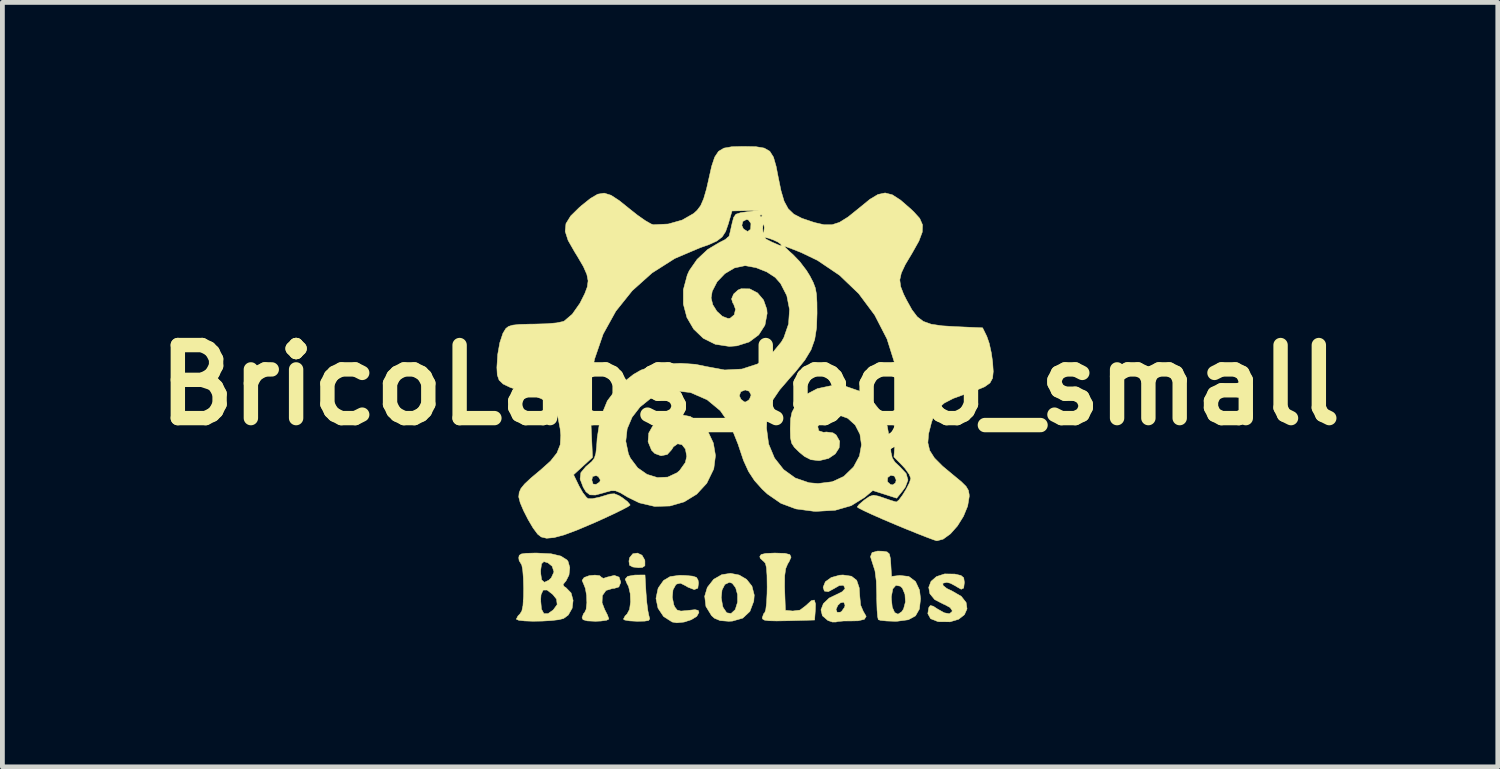
<source format=kicad_pcb>
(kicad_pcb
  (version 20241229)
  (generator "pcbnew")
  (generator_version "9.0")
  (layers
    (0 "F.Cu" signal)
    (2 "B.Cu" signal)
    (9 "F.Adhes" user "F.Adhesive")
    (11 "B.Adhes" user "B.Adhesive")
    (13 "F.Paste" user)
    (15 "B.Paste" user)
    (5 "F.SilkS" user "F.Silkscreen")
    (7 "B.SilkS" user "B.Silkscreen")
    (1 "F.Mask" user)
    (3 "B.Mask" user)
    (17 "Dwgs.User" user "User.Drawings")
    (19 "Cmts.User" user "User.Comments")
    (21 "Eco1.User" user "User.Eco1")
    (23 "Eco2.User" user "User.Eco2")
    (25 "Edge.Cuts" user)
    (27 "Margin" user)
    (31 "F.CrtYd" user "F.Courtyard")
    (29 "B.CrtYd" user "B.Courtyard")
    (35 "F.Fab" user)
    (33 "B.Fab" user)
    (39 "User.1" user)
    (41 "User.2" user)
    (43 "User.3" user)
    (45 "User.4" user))
  (footprint "BricoLabs_logo_small"
    (layer "F.Cu")
    (at 12.598 4.983)
    (property "Reference" "BricoLabs_logo_small" (at 0 0 0) (layer "F.SilkS") (effects (font (size 1.524 1.524) (thickness 0.3))))
    (attr through_hole)
    (fp_poly (pts (xy -2.254 3.551) (xy -2.197 3.651) (xy -2.194 3.67) (xy -2.194 3.769) (xy -2.247 3.805) (xy -2.33 3.81) (xy -2.449 3.795) (xy -2.515 3.759) (xy -2.527 3.673) (xy -2.514 3.603) (xy -2.447 3.52) (xy -2.349 3.505) (xy -2.254 3.551)) (stroke (width 0.01) (type solid)) (fill yes) (layer "F.SilkS"))
    (fp_poly (pts (xy -2.171 4.331) (xy -2.155 4.531) (xy -2.133 4.703) (xy -2.111 4.812) (xy -2.11 4.813) (xy -2.094 4.878) (xy -2.118 4.912) (xy -2.202 4.925) (xy -2.356 4.928) (xy -2.511 4.92) (xy -2.615 4.902) (xy -2.642 4.883) (xy -2.607 4.817) (xy -2.565 4.775) (xy -2.514 4.679) (xy -2.493 4.525) (xy -2.5 4.353) (xy -2.535 4.202) (xy -2.567 4.143) (xy -2.606 4.049) (xy -2.553 3.99) (xy -2.405 3.964) (xy -2.354 3.963) (xy -2.192 3.962) (xy -2.171 4.331)) (stroke (width 0.01) (type solid)) (fill yes) (layer "F.SilkS"))
    (fp_poly (pts (xy -0.228 3.963) (xy -0.073 4.054) (xy 0.039 4.195) (xy 0.087 4.381) (xy 0.077 4.508) (xy -0.004 4.723) (xy -0.153 4.862) (xy -0.368 4.924) (xy -0.446 4.928) (xy -0.624 4.914) (xy -0.742 4.865) (xy -0.803 4.811) (xy -0.921 4.619) (xy -0.943 4.434) (xy -0.602 4.434) (xy -0.572 4.612) (xy -0.56 4.645) (xy -0.487 4.751) (xy -0.397 4.766) (xy -0.312 4.687) (xy -0.307 4.677) (xy -0.261 4.529) (xy -0.262 4.369) (xy -0.301 4.228) (xy -0.372 4.135) (xy -0.432 4.115) (xy -0.526 4.159) (xy -0.585 4.274) (xy -0.602 4.434) (xy -0.943 4.434) (xy -0.947 4.406) (xy -0.892 4.222) (xy -0.759 4.052) (xy -0.591 3.956) (xy -0.408 3.928) (xy -0.228 3.963)) (stroke (width 0.01) (type solid)) (fill yes) (layer "F.SilkS"))
    (fp_poly (pts (xy -3.137 3.977) (xy -3.099 4.012) (xy -3.06 4.033) (xy -2.975 4.005) (xy -2.832 3.971) (xy -2.733 4.007) (xy -2.7 4.106) (xy -2.702 4.127) (xy -2.738 4.212) (xy -2.835 4.242) (xy -2.87 4.244) (xy -3.006 4.285) (xy -3.082 4.392) (xy -3.088 4.541) (xy -3.034 4.682) (xy -2.975 4.798) (xy -2.947 4.877) (xy -2.946 4.881) (xy -2.992 4.906) (xy -3.111 4.923) (xy -3.226 4.928) (xy -3.396 4.92) (xy -3.484 4.895) (xy -3.505 4.854) (xy -3.474 4.768) (xy -3.454 4.75) (xy -3.42 4.678) (xy -3.405 4.545) (xy -3.411 4.387) (xy -3.436 4.242) (xy -3.467 4.163) (xy -3.504 4.076) (xy -3.468 4.022) (xy -3.454 4.012) (xy -3.355 3.976) (xy -3.236 3.965) (xy -3.137 3.977)) (stroke (width 0.01) (type solid)) (fill yes) (layer "F.SilkS"))
    (fp_poly (pts (xy -1.357 3.972) (xy -1.202 3.986) (xy -1.12 4.012) (xy -1.086 4.067) (xy -1.076 4.128) (xy -1.09 4.237) (xy -1.165 4.267) (xy -1.297 4.216) (xy -1.348 4.185) (xy -1.453 4.133) (xy -1.528 4.15) (xy -1.55 4.166) (xy -1.608 4.271) (xy -1.623 4.426) (xy -1.591 4.585) (xy -1.57 4.631) (xy -1.521 4.694) (xy -1.443 4.715) (xy -1.302 4.703) (xy -1.291 4.701) (xy -1.149 4.686) (xy -1.082 4.701) (xy -1.067 4.745) (xy -1.112 4.825) (xy -1.226 4.895) (xy -1.376 4.944) (xy -1.528 4.96) (xy -1.626 4.943) (xy -1.805 4.828) (xy -1.921 4.654) (xy -1.963 4.451) (xy -1.92 4.246) (xy -1.909 4.224) (xy -1.805 4.077) (xy -1.668 3.996) (xy -1.473 3.969) (xy -1.357 3.972)) (stroke (width 0.01) (type solid)) (fill yes) (layer "F.SilkS"))
    (fp_poly (pts (xy 0.726 3.511) (xy 0.829 3.536) (xy 0.855 3.591) (xy 0.813 3.685) (xy 0.785 3.73) (xy 0.743 3.829) (xy 0.722 3.979) (xy 0.72 4.2) (xy 0.722 4.274) (xy 0.737 4.699) (xy 0.891 4.714) (xy 1.041 4.695) (xy 1.166 4.6) (xy 1.277 4.498) (xy 1.34 4.485) (xy 1.365 4.565) (xy 1.362 4.686) (xy 1.346 4.902) (xy 0.8 4.917) (xy 0.554 4.921) (xy 0.392 4.917) (xy 0.3 4.904) (xy 0.26 4.879) (xy 0.254 4.856) (xy 0.284 4.769) (xy 0.305 4.75) (xy 0.327 4.688) (xy 0.344 4.547) (xy 0.354 4.35) (xy 0.356 4.212) (xy 0.353 3.97) (xy 0.342 3.812) (xy 0.321 3.721) (xy 0.287 3.679) (xy 0.279 3.676) (xy 0.212 3.612) (xy 0.203 3.576) (xy 0.231 3.535) (xy 0.324 3.513) (xy 0.5 3.505) (xy 0.533 3.505) (xy 0.726 3.511)) (stroke (width 0.01) (type solid)) (fill yes) (layer "F.SilkS"))
    (fp_poly (pts (xy 4.271 3.943) (xy 4.4 3.973) (xy 4.457 4.021) (xy 4.47 4.114) (xy 4.47 4.121) (xy 4.456 4.235) (xy 4.404 4.26) (xy 4.302 4.202) (xy 4.29 4.193) (xy 4.176 4.133) (xy 4.102 4.116) (xy 4.022 4.134) (xy 4.025 4.18) (xy 4.104 4.244) (xy 4.218 4.299) (xy 4.406 4.408) (xy 4.507 4.536) (xy 4.526 4.669) (xy 4.472 4.79) (xy 4.352 4.885) (xy 4.173 4.939) (xy 3.942 4.937) (xy 3.912 4.932) (xy 3.766 4.874) (xy 3.708 4.768) (xy 3.729 4.642) (xy 3.761 4.599) (xy 3.822 4.614) (xy 3.907 4.67) (xy 4.051 4.751) (xy 4.159 4.771) (xy 4.213 4.727) (xy 4.216 4.703) (xy 4.173 4.641) (xy 4.065 4.582) (xy 4.037 4.571) (xy 3.852 4.476) (xy 3.751 4.353) (xy 3.727 4.22) (xy 3.775 4.095) (xy 3.888 3.996) (xy 4.058 3.94) (xy 4.271 3.943)) (stroke (width 0.01) (type solid)) (fill yes) (layer "F.SilkS"))
    (fp_poly (pts (xy 2.115 3.988) (xy 2.224 4.073) (xy 2.277 4.231) (xy 2.286 4.381) (xy 2.306 4.591) (xy 2.363 4.725) (xy 2.367 4.73) (xy 2.422 4.825) (xy 2.384 4.887) (xy 2.252 4.918) (xy 2.111 4.921) (xy 1.95 4.922) (xy 1.831 4.933) (xy 1.794 4.943) (xy 1.718 4.944) (xy 1.623 4.911) (xy 1.509 4.813) (xy 1.479 4.69) (xy 1.482 4.682) (xy 1.793 4.682) (xy 1.816 4.74) (xy 1.882 4.739) (xy 1.91 4.721) (xy 1.972 4.634) (xy 1.981 4.591) (xy 1.954 4.528) (xy 1.886 4.543) (xy 1.831 4.595) (xy 1.793 4.682) (xy 1.482 4.682) (xy 1.529 4.56) (xy 1.65 4.444) (xy 1.81 4.367) (xy 1.923 4.311) (xy 1.98 4.247) (xy 1.981 4.238) (xy 1.948 4.176) (xy 1.859 4.183) (xy 1.756 4.243) (xy 1.632 4.31) (xy 1.55 4.298) (xy 1.524 4.219) (xy 1.57 4.104) (xy 1.693 4.015) (xy 1.866 3.967) (xy 1.938 3.962) (xy 2.115 3.988)) (stroke (width 0.01) (type solid)) (fill yes) (layer "F.SilkS"))
    (fp_poly (pts (xy 2.769 3.467) (xy 2.859 3.481) (xy 2.906 3.524) (xy 2.928 3.621) (xy 2.936 3.736) (xy 2.951 3.992) (xy 3.124 3.972) (xy 3.311 3.993) (xy 3.451 4.098) (xy 3.535 4.277) (xy 3.556 4.459) (xy 3.532 4.673) (xy 3.451 4.815) (xy 3.302 4.896) (xy 3.073 4.927) (xy 3.015 4.928) (xy 2.847 4.922) (xy 2.723 4.909) (xy 2.675 4.894) (xy 2.661 4.831) (xy 2.649 4.691) (xy 2.643 4.498) (xy 2.642 4.454) (xy 2.947 4.454) (xy 2.966 4.634) (xy 3.016 4.746) (xy 3.086 4.78) (xy 3.165 4.728) (xy 3.202 4.671) (xy 3.241 4.525) (xy 3.231 4.366) (xy 3.178 4.237) (xy 3.135 4.196) (xy 3.042 4.178) (xy 2.978 4.251) (xy 2.948 4.409) (xy 2.947 4.454) (xy 2.642 4.454) (xy 2.642 4.381) (xy 2.633 4.088) (xy 2.606 3.876) (xy 2.558 3.726) (xy 2.557 3.724) (xy 2.512 3.58) (xy 2.545 3.495) (xy 2.662 3.463) (xy 2.769 3.467)) (stroke (width 0.01) (type solid)) (fill yes) (layer "F.SilkS"))
    (fp_poly (pts (xy -4.151 3.52) (xy -3.947 3.568) (xy -3.82 3.649) (xy -3.798 3.678) (xy -3.761 3.808) (xy -3.778 3.963) (xy -3.841 4.088) (xy -3.845 4.091) (xy -3.902 4.16) (xy -3.882 4.201) (xy -3.842 4.226) (xy -3.734 4.337) (xy -3.692 4.492) (xy -3.712 4.656) (xy -3.793 4.798) (xy -3.891 4.87) (xy -3.992 4.895) (xy -4.149 4.913) (xy -4.337 4.924) (xy -4.531 4.927) (xy -4.702 4.921) (xy -4.826 4.907) (xy -4.877 4.884) (xy -4.877 4.883) (xy -4.842 4.817) (xy -4.801 4.775) (xy -4.762 4.715) (xy -4.738 4.601) (xy -4.731 4.487) (xy -4.369 4.487) (xy -4.352 4.675) (xy -4.301 4.768) (xy -4.214 4.768) (xy -4.106 4.691) (xy -4.024 4.579) (xy -4.038 4.466) (xy -4.115 4.369) (xy -4.235 4.276) (xy -4.317 4.277) (xy -4.361 4.373) (xy -4.369 4.487) (xy -4.731 4.487) (xy -4.726 4.415) (xy -4.724 4.239) (xy -4.73 4.028) (xy -4.738 3.92) (xy -4.369 3.92) (xy -4.349 4.064) (xy -4.29 4.115) (xy -4.197 4.07) (xy -4.147 4.021) (xy -4.091 3.898) (xy -4.129 3.78) (xy -4.216 3.709) (xy -4.302 3.683) (xy -4.35 3.728) (xy -4.368 3.857) (xy -4.369 3.92) (xy -4.738 3.92) (xy -4.743 3.859) (xy -4.763 3.754) (xy -4.775 3.734) (xy -4.818 3.662) (xy -4.826 3.604) (xy -4.816 3.553) (xy -4.773 3.524) (xy -4.676 3.51) (xy -4.504 3.505) (xy -4.442 3.505) (xy -4.151 3.52)) (stroke (width 0.01) (type solid)) (fill yes) (layer "F.SilkS"))
    (fp_poly (pts (xy 0.12 -4.973) (xy 0.295 -4.944) (xy 0.411 -4.877) (xy 0.488 -4.755) (xy 0.544 -4.56) (xy 0.583 -4.358) (xy 0.645 -4.055) (xy 0.71 -3.835) (xy 0.795 -3.678) (xy 0.913 -3.565) (xy 1.08 -3.479) (xy 1.311 -3.401) (xy 1.358 -3.387) (xy 1.546 -3.344) (xy 1.708 -3.344) (xy 1.866 -3.395) (xy 2.044 -3.506) (xy 2.264 -3.683) (xy 2.291 -3.705) (xy 2.499 -3.875) (xy 2.668 -3.976) (xy 2.817 -4.008) (xy 2.968 -3.969) (xy 3.14 -3.858) (xy 3.354 -3.672) (xy 3.416 -3.613) (xy 3.539 -3.477) (xy 3.598 -3.342) (xy 3.592 -3.191) (xy 3.522 -3.004) (xy 3.386 -2.762) (xy 3.375 -2.743) (xy 3.237 -2.512) (xy 3.155 -2.337) (xy 3.123 -2.194) (xy 3.141 -2.056) (xy 3.203 -1.896) (xy 3.261 -1.78) (xy 3.376 -1.572) (xy 3.487 -1.425) (xy 3.614 -1.328) (xy 3.78 -1.269) (xy 4.005 -1.236) (xy 4.283 -1.219) (xy 4.851 -1.194) (xy 4.939 -1.015) (xy 4.989 -0.871) (xy 5.033 -0.67) (xy 5.06 -0.479) (xy 5.073 -0.283) (xy 5.059 -0.144) (xy 5.004 -0.043) (xy 4.893 0.036) (xy 4.71 0.112) (xy 4.509 0.18) (xy 4.24 0.278) (xy 4.051 0.376) (xy 3.922 0.49) (xy 3.835 0.636) (xy 3.784 0.781) (xy 3.724 1.016) (xy 3.709 1.203) (xy 3.747 1.365) (xy 3.846 1.521) (xy 4.015 1.691) (xy 4.242 1.88) (xy 4.407 2.016) (xy 4.506 2.114) (xy 4.555 2.197) (xy 4.571 2.286) (xy 4.572 2.324) (xy 4.539 2.525) (xy 4.452 2.737) (xy 4.327 2.938) (xy 4.18 3.104) (xy 4.027 3.215) (xy 3.896 3.249) (xy 3.831 3.229) (xy 3.689 3.176) (xy 3.487 3.097) (xy 3.242 2.998) (xy 3.035 2.912) (xy 2.773 2.801) (xy 2.546 2.701) (xy 2.372 2.62) (xy 2.263 2.564) (xy 2.235 2.543) (xy 2.272 2.494) (xy 2.364 2.414) (xy 2.395 2.39) (xy 2.496 2.321) (xy 2.576 2.298) (xy 2.677 2.317) (xy 2.789 2.355) (xy 2.931 2.404) (xy 3.03 2.434) (xy 3.054 2.439) (xy 3.105 2.398) (xy 3.18 2.297) (xy 3.259 2.168) (xy 3.323 2.042) (xy 3.352 1.953) (xy 3.353 1.946) (xy 3.319 1.86) (xy 3.234 1.741) (xy 3.177 1.679) (xy 3.001 1.499) (xy 3.059 0.737) (xy 3.08 0.426) (xy 3.091 0.193) (xy 3.091 0.01) (xy 3.078 -0.147) (xy 3.053 -0.302) (xy 3.027 -0.421) (xy 2.857 -0.961) (xy 2.6 -1.46) (xy 2.267 -1.907) (xy 1.866 -2.291) (xy 1.407 -2.601) (xy 1.066 -2.765) (xy 0.902 -2.83) (xy 0.777 -2.877) (xy 0.719 -2.896) (xy 0.719 -2.896) (xy 0.739 -2.866) (xy 0.817 -2.791) (xy 0.894 -2.723) (xy 1.035 -2.577) (xy 1.177 -2.39) (xy 1.246 -2.279) (xy 1.316 -2.144) (xy 1.361 -2.026) (xy 1.385 -1.895) (xy 1.395 -1.72) (xy 1.397 -1.499) (xy 1.387 -1.196) (xy 1.348 -0.95) (xy 1.271 -0.734) (xy 1.142 -0.521) (xy 0.952 -0.284) (xy 0.828 -0.145) (xy 0.617 0.1) (xy 0.476 0.308) (xy 0.391 0.505) (xy 0.351 0.717) (xy 0.343 0.899) (xy 0.387 1.23) (xy 0.509 1.522) (xy 0.699 1.763) (xy 0.943 1.939) (xy 1.23 2.038) (xy 1.417 2.054) (xy 1.716 2.017) (xy 1.72 2.016) (xy 2.864 2.016) (xy 2.93 2.075) (xy 2.975 2.083) (xy 3.034 2.041) (xy 3.048 1.981) (xy 3.012 1.899) (xy 2.935 1.882) (xy 2.87 1.93) (xy 2.864 2.016) (xy 1.72 2.016) (xy 1.955 1.906) (xy 2.155 1.712) (xy 2.161 1.704) (xy 2.282 1.479) (xy 2.324 1.247) (xy 2.292 1.026) (xy 2.194 0.835) (xy 2.038 0.693) (xy 1.83 0.617) (xy 1.733 0.61) (xy 1.572 0.655) (xy 1.477 0.744) (xy 1.412 0.869) (xy 1.433 0.954) (xy 1.532 0.986) (xy 1.593 0.979) (xy 1.729 0.997) (xy 1.795 1.041) (xy 1.869 1.171) (xy 1.858 1.309) (xy 1.777 1.436) (xy 1.638 1.53) (xy 1.456 1.574) (xy 1.424 1.575) (xy 1.268 1.557) (xy 1.135 1.489) (xy 1.028 1.401) (xy 0.924 1.299) (xy 0.867 1.212) (xy 0.843 1.101) (xy 0.838 0.93) (xy 0.838 0.902) (xy 0.845 0.705) (xy 0.874 0.569) (xy 0.936 0.451) (xy 0.981 0.39) (xy 1.172 0.196) (xy 1.403 0.075) (xy 1.679 0.016) (xy 1.993 0.026) (xy 2.279 0.125) (xy 2.527 0.303) (xy 2.724 0.549) (xy 2.86 0.851) (xy 2.924 1.2) (xy 2.925 1.215) (xy 2.939 1.401) (xy 2.966 1.52) (xy 3.021 1.608) (xy 3.118 1.698) (xy 3.122 1.702) (xy 3.255 1.845) (xy 3.294 1.98) (xy 3.239 2.127) (xy 3.18 2.209) (xy 3.059 2.36) (xy 2.81 2.28) (xy 2.56 2.2) (xy 2.388 2.344) (xy 2.11 2.516) (xy 1.776 2.612) (xy 1.379 2.635) (xy 1.33 2.633) (xy 0.957 2.584) (xy 0.643 2.467) (xy 0.361 2.272) (xy 0.253 2.171) (xy 0.092 1.992) (xy -0.032 1.803) (xy -0.137 1.573) (xy -0.237 1.275) (xy -0.248 1.24) (xy -0.406 0.845) (xy -0.622 0.534) (xy -0.896 0.307) (xy -1.089 0.223) (xy -0.225 0.223) (xy -0.189 0.299) (xy -0.122 0.349) (xy -0.102 0.356) (xy -0.043 0.324) (xy -0.014 0.299) (xy 0.022 0.208) (xy -0.019 0.129) (xy -0.102 0.102) (xy -0.194 0.139) (xy -0.225 0.223) (xy -1.089 0.223) (xy -1.227 0.162) (xy -1.258 0.154) (xy -1.551 0.121) (xy -1.83 0.169) (xy -2.082 0.285) (xy -2.296 0.457) (xy -2.461 0.67) (xy -2.564 0.913) (xy -2.593 1.172) (xy -2.538 1.435) (xy -2.497 1.525) (xy -2.345 1.727) (xy -2.15 1.863) (xy -1.933 1.93) (xy -1.717 1.92) (xy -1.523 1.829) (xy -1.469 1.782) (xy -1.351 1.617) (xy -1.321 1.487) (xy -1.349 1.335) (xy -1.42 1.244) (xy -1.511 1.225) (xy -1.6 1.288) (xy -1.635 1.346) (xy -1.727 1.448) (xy -1.857 1.475) (xy -1.987 1.428) (xy -2.055 1.36) (xy -2.128 1.181) (xy -2.114 1.002) (xy -2.023 0.84) (xy -1.869 0.71) (xy -1.663 0.629) (xy -1.488 0.61) (xy -1.248 0.656) (xy -1.04 0.784) (xy -0.876 0.975) (xy -0.766 1.21) (xy -0.722 1.47) (xy -0.756 1.738) (xy -0.763 1.76) (xy -0.904 2.05) (xy -1.114 2.277) (xy -1.375 2.437) (xy -1.672 2.523) (xy -1.99 2.532) (xy -2.311 2.457) (xy -2.556 2.337) (xy -2.704 2.248) (xy -2.806 2.206) (xy -2.897 2.204) (xy -3.017 2.236) (xy -3.048 2.246) (xy -3.227 2.294) (xy -3.342 2.29) (xy -3.423 2.227) (xy -3.481 2.132) (xy -3.538 1.981) (xy -3.302 1.981) (xy -3.276 2.065) (xy -3.213 2.073) (xy -3.138 2.023) (xy -3.124 1.981) (xy -3.166 1.909) (xy -3.213 1.889) (xy -3.285 1.907) (xy -3.302 1.981) (xy -3.538 1.981) (xy -3.546 1.96) (xy -3.53 1.827) (xy -3.426 1.702) (xy -3.385 1.667) (xy -3.3 1.594) (xy -3.248 1.524) (xy -3.218 1.428) (xy -3.201 1.279) (xy -3.19 1.108) (xy -3.125 0.689) (xy -2.978 0.33) (xy -2.748 0.027) (xy -2.43 -0.224) (xy -2.276 -0.312) (xy -2.049 -0.391) (xy -1.761 -0.44) (xy -1.447 -0.454) (xy -1.141 -0.433) (xy -0.917 -0.387) (xy -0.53 -0.315) (xy -0.17 -0.334) (xy 0.154 -0.439) (xy 0.431 -0.629) (xy 0.652 -0.898) (xy 0.704 -0.988) (xy 0.803 -1.275) (xy 0.823 -1.576) (xy 0.766 -1.866) (xy 0.636 -2.12) (xy 0.524 -2.246) (xy 0.348 -2.361) (xy 0.125 -2.449) (xy -0.09 -2.489) (xy -0.113 -2.489) (xy -0.325 -2.444) (xy -0.525 -2.325) (xy -0.688 -2.155) (xy -0.79 -1.957) (xy -0.813 -1.817) (xy -0.778 -1.675) (xy -0.692 -1.538) (xy -0.578 -1.434) (xy -0.461 -1.389) (xy -0.416 -1.394) (xy -0.33 -1.466) (xy -0.304 -1.582) (xy -0.346 -1.696) (xy -0.36 -1.712) (xy -0.386 -1.797) (xy -0.343 -1.899) (xy -0.25 -1.983) (xy -0.187 -2.009) (xy -0.007 -2.007) (xy 0.156 -1.922) (xy 0.281 -1.774) (xy 0.349 -1.581) (xy 0.356 -1.496) (xy 0.31 -1.25) (xy 0.18 -1.047) (xy -0.019 -0.899) (xy -0.275 -0.818) (xy -0.432 -0.806) (xy -0.726 -0.851) (xy -0.977 -0.976) (xy -1.177 -1.168) (xy -1.318 -1.41) (xy -1.392 -1.689) (xy -1.392 -1.989) (xy -1.31 -2.296) (xy -1.268 -2.388) (xy -1.105 -2.622) (xy -0.884 -2.829) (xy -0.645 -2.971) (xy -0.52 -3.035) (xy -0.477 -3.071) (xy 0.305 -3.071) (xy 0.346 -3.038) (xy 0.448 -2.986) (xy 0.47 -2.976) (xy 0.595 -2.922) (xy 0.649 -2.904) (xy 0.653 -2.917) (xy 0.638 -2.941) (xy 0.583 -2.982) (xy 0.486 -3.028) (xy 0.383 -3.065) (xy 0.315 -3.078) (xy 0.305 -3.071) (xy -0.477 -3.071) (xy -0.444 -3.098) (xy -0.436 -3.113) (xy -0.414 -3.2) (xy -0.385 -3.33) (xy -0.172 -3.33) (xy -0.138 -3.257) (xy -0.052 -3.203) (xy 0.005 -3.246) (xy 0.012 -3.264) (xy 0.013 -3.277) (xy 0.264 -3.277) (xy 0.269 -3.19) (xy 0.285 -3.182) (xy 0.287 -3.187) (xy 0.297 -3.288) (xy 0.289 -3.339) (xy 0.273 -3.36) (xy 0.264 -3.292) (xy 0.264 -3.277) (xy 0.013 -3.277) (xy 0.018 -3.372) (xy -0.035 -3.445) (xy -0.075 -3.454) (xy -0.15 -3.415) (xy -0.172 -3.33) (xy -0.385 -3.33) (xy -0.383 -3.338) (xy -0.374 -3.378) (xy -0.342 -3.499) (xy -0.319 -3.531) (xy 0.203 -3.531) (xy 0.229 -3.505) (xy 0.254 -3.531) (xy 0.229 -3.556) (xy 0.203 -3.531) (xy -0.319 -3.531) (xy -0.295 -3.564) (xy -0.2 -3.595) (xy -0.076 -3.613) (xy 0.178 -3.645) (xy -0.1 -3.638) (xy -0.377 -3.632) (xy -0.455 -3.361) (xy -0.51 -3.203) (xy -0.583 -3.09) (xy -0.694 -3.005) (xy -0.865 -2.927) (xy -1.041 -2.866) (xy -1.57 -2.641) (xy -2.045 -2.339) (xy -2.458 -1.969) (xy -2.801 -1.541) (xy -3.065 -1.064) (xy -3.243 -0.547) (xy -3.278 -0.385) (xy -3.312 -0.165) (xy -3.33 0.071) (xy -3.333 0.35) (xy -3.323 0.7) (xy -3.321 0.763) (xy -3.287 1.509) (xy -3.682 1.871) (xy -3.568 2.106) (xy -3.489 2.246) (xy -3.412 2.344) (xy -3.379 2.369) (xy -3.289 2.37) (xy -3.146 2.341) (xy -3.071 2.318) (xy -2.925 2.274) (xy -2.83 2.268) (xy -2.738 2.305) (xy -2.664 2.351) (xy -2.559 2.431) (xy -2.505 2.494) (xy -2.504 2.506) (xy -2.553 2.54) (xy -2.679 2.606) (xy -2.866 2.697) (xy -3.098 2.804) (xy -3.253 2.874) (xy -3.605 3.023) (xy -3.88 3.126) (xy -4.09 3.182) (xy -4.245 3.196) (xy -4.357 3.169) (xy -4.431 3.111) (xy -4.528 2.98) (xy -4.631 2.805) (xy -4.726 2.619) (xy -4.796 2.453) (xy -4.826 2.336) (xy -4.826 2.33) (xy -4.817 2.242) (xy -4.781 2.159) (xy -4.705 2.065) (xy -4.575 1.943) (xy -4.377 1.777) (xy -4.376 1.777) (xy -4.163 1.586) (xy -4.029 1.417) (xy -3.961 1.246) (xy -3.949 1.049) (xy -3.963 0.908) (xy -4.006 0.686) (xy -4.074 0.519) (xy -4.185 0.39) (xy -4.354 0.285) (xy -4.597 0.186) (xy -4.775 0.127) (xy -5.004 0.049) (xy -5.152 -0.022) (xy -5.236 -0.103) (xy -5.274 -0.212) (xy -5.282 -0.365) (xy -5.282 -0.369) (xy -5.265 -0.638) (xy -5.221 -0.884) (xy -5.156 -1.08) (xy -5.095 -1.18) (xy -5.039 -1.223) (xy -4.952 -1.25) (xy -4.812 -1.265) (xy -4.599 -1.271) (xy -4.501 -1.272) (xy -4.244 -1.279) (xy -4.037 -1.297) (xy -3.903 -1.325) (xy -3.878 -1.335) (xy -3.71 -1.478) (xy -3.549 -1.707) (xy -3.449 -1.906) (xy -3.396 -2.048) (xy -3.379 -2.174) (xy -3.405 -2.308) (xy -3.477 -2.472) (xy -3.603 -2.687) (xy -3.66 -2.779) (xy -3.796 -3.017) (xy -3.857 -3.206) (xy -3.841 -3.368) (xy -3.743 -3.527) (xy -3.562 -3.705) (xy -3.517 -3.744) (xy -3.329 -3.894) (xy -3.179 -3.982) (xy -3.044 -4.004) (xy -2.901 -3.96) (xy -2.729 -3.848) (xy -2.524 -3.683) (xy -2.346 -3.542) (xy -2.184 -3.429) (xy -2.063 -3.36) (xy -2.017 -3.345) (xy -1.707 -3.36) (xy -1.417 -3.442) (xy -1.176 -3.58) (xy -1.104 -3.646) (xy -1.03 -3.745) (xy -0.968 -3.888) (xy -0.908 -4.094) (xy -0.863 -4.293) (xy -0.801 -4.567) (xy -0.738 -4.756) (xy -0.658 -4.876) (xy -0.545 -4.943) (xy -0.381 -4.972) (xy -0.151 -4.978) (xy -0.133 -4.978) (xy 0.12 -4.973)) (stroke (width 0.01) (type solid)) (fill yes) (layer "F.SilkS")))
  (gr_rect
    (start -3 -3)
    (end 28.197 12.948)
    (stroke (width 0.1) (type default))
    (fill no)
    (layer "Edge.Cuts")))
</source>
